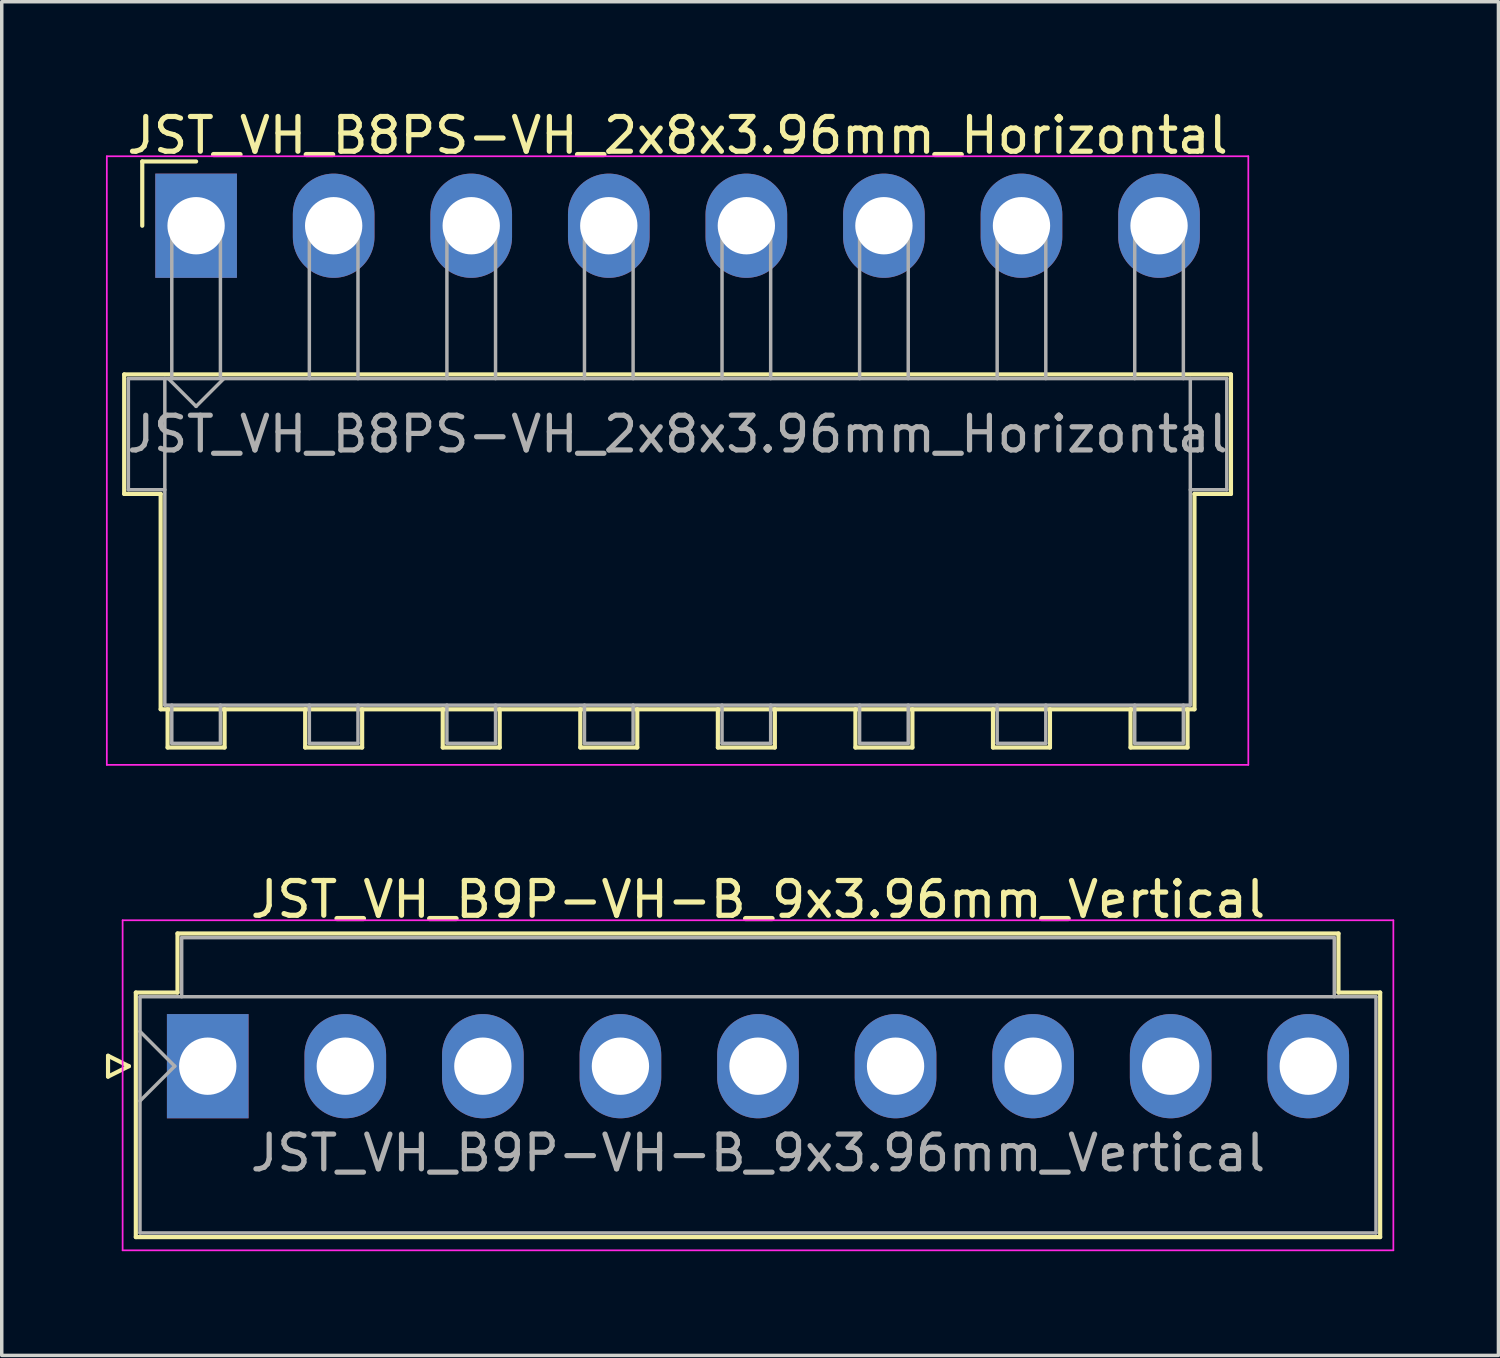
<source format=kicad_pcb>
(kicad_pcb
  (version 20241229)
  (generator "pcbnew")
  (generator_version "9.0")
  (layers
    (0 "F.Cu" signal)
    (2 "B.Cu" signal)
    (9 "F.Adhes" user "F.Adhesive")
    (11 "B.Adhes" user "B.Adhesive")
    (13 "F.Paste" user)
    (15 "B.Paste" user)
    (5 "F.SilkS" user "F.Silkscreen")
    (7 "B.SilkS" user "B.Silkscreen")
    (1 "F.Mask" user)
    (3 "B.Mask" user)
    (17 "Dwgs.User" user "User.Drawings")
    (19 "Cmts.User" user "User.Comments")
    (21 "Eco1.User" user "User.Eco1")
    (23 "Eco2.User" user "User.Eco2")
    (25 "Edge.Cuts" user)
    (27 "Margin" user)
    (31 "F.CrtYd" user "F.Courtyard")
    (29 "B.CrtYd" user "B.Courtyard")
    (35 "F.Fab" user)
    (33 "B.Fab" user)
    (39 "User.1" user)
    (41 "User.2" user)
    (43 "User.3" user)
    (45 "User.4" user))
  (footprint "JST_VH_B9P-VH-B_9x3.96mm_Vertical"
    (layer "F.Cu")
    (at 2.93 27.642)
    (property "Reference" "JST_VH_B9P-VH-B_9x3.96mm_Vertical" (at 15.84 -4.8 0) (layer "F.SilkS") (effects (font (size 1 1) (thickness 0.15))))
    (attr through_hole)
    (fp_line (start -2.87 -0.3) (end -2.27 0) (stroke (width 0.12) (type solid)) (layer "F.SilkS"))
    (fp_line (start -2.87 0.3) (end -2.87 -0.3) (stroke (width 0.12) (type solid)) (layer "F.SilkS"))
    (fp_line (start -2.27 0) (end -2.87 0.3) (stroke (width 0.12) (type solid)) (layer "F.SilkS"))
    (fp_line (start -2.07 -2.12) (end -0.87 -2.12) (stroke (width 0.12) (type solid)) (layer "F.SilkS"))
    (fp_line (start -2.07 4.92) (end -2.07 -2.12) (stroke (width 0.12) (type solid)) (layer "F.SilkS"))
    (fp_line (start -0.87 -3.82) (end 32.55 -3.82) (stroke (width 0.12) (type solid)) (layer "F.SilkS"))
    (fp_line (start -0.87 -2.12) (end -0.87 -3.82) (stroke (width 0.12) (type solid)) (layer "F.SilkS"))
    (fp_line (start 32.55 -3.82) (end 32.55 -2.12) (stroke (width 0.12) (type solid)) (layer "F.SilkS"))
    (fp_line (start 32.55 -2.12) (end 33.75 -2.12) (stroke (width 0.12) (type solid)) (layer "F.SilkS"))
    (fp_line (start 33.75 -2.12) (end 33.75 4.92) (stroke (width 0.12) (type solid)) (layer "F.SilkS"))
    (fp_line (start 33.75 4.92) (end -2.07 4.92) (stroke (width 0.12) (type solid)) (layer "F.SilkS"))
    (fp_line (start -2.45 -4.2) (end -2.45 5.3) (stroke (width 0.05) (type solid)) (layer "F.CrtYd"))
    (fp_line (start -2.45 5.3) (end 34.13 5.3) (stroke (width 0.05) (type solid)) (layer "F.CrtYd"))
    (fp_line (start 34.13 -4.2) (end -2.45 -4.2) (stroke (width 0.05) (type solid)) (layer "F.CrtYd"))
    (fp_line (start 34.13 5.3) (end 34.13 -4.2) (stroke (width 0.05) (type solid)) (layer "F.CrtYd"))
    (fp_line (start -1.95 -2) (end -1.95 4.8) (stroke (width 0.1) (type solid)) (layer "F.Fab"))
    (fp_line (start -1.95 -1) (end -0.95 0) (stroke (width 0.1) (type solid)) (layer "F.Fab"))
    (fp_line (start -1.95 1) (end -0.95 0) (stroke (width 0.1) (type solid)) (layer "F.Fab"))
    (fp_line (start -1.95 4.8) (end 33.63 4.8) (stroke (width 0.1) (type solid)) (layer "F.Fab"))
    (fp_line (start -0.75 -3.7) (end 32.43 -3.7) (stroke (width 0.1) (type solid)) (layer "F.Fab"))
    (fp_line (start -0.75 -2) (end -0.75 -3.7) (stroke (width 0.1) (type solid)) (layer "F.Fab"))
    (fp_line (start 32.43 -3.7) (end 32.43 -2) (stroke (width 0.1) (type solid)) (layer "F.Fab"))
    (fp_line (start 33.63 -2) (end -1.95 -2) (stroke (width 0.1) (type solid)) (layer "F.Fab"))
    (fp_line (start 33.63 4.8) (end 33.63 -2) (stroke (width 0.1) (type solid)) (layer "F.Fab"))
    (fp_text user "${REFERENCE}" (at 15.84 2.5 0) (layer "F.Fab") (effects (font (size 1 1) (thickness 0.15))))
    (pad "1" thru_hole rect (at 0 0) (size 2.35 3) (drill 1.65) (layers "*.Cu" "*.Mask"))
    (pad "2" thru_hole oval (at 3.96 0) (size 2.35 3) (drill 1.65) (layers "*.Cu" "*.Mask"))
    (pad "3" thru_hole oval (at 7.92 0) (size 2.35 3) (drill 1.65) (layers "*.Cu" "*.Mask"))
    (pad "4" thru_hole oval (at 11.88 0) (size 2.35 3) (drill 1.65) (layers "*.Cu" "*.Mask"))
    (pad "5" thru_hole oval (at 15.84 0) (size 2.35 3) (drill 1.65) (layers "*.Cu" "*.Mask"))
    (pad "6" thru_hole oval (at 19.8 0) (size 2.35 3) (drill 1.65) (layers "*.Cu" "*.Mask"))
    (pad "7" thru_hole oval (at 23.76 0) (size 2.35 3) (drill 1.65) (layers "*.Cu" "*.Mask"))
    (pad "8" thru_hole oval (at 27.72 0) (size 2.35 3) (drill 1.65) (layers "*.Cu" "*.Mask"))
    (pad "9" thru_hole oval (at 31.68 0) (size 2.35 3) (drill 1.65) (layers "*.Cu" "*.Mask")))
  (footprint "JST_VH_B8PS-VH_2x8x3.96mm_Horizontal"
    (layer "F.Cu")
    (at 2.595 3.448)
    (property "Reference" "JST_VH_B8PS-VH_2x8x3.96mm_Horizontal" (at 13.86 -2.6 0) (layer "F.SilkS") (effects (font (size 1 1) (thickness 0.15))))
    (attr through_hole)
    (fp_line (start -2.07 4.28) (end 29.79 4.28) (stroke (width 0.12) (type solid)) (layer "F.SilkS"))
    (fp_line (start -2.07 7.72) (end -2.07 4.28) (stroke (width 0.12) (type solid)) (layer "F.SilkS"))
    (fp_line (start -1.55 -1.85) (end -1.55 0) (stroke (width 0.12) (type solid)) (layer "F.SilkS"))
    (fp_line (start -1.02 7.72) (end -2.07 7.72) (stroke (width 0.12) (type solid)) (layer "F.SilkS"))
    (fp_line (start -1.02 13.92) (end -1.02 7.72) (stroke (width 0.12) (type solid)) (layer "F.SilkS"))
    (fp_line (start -0.82 13.92) (end -0.82 15.02) (stroke (width 0.12) (type solid)) (layer "F.SilkS"))
    (fp_line (start -0.82 15.02) (end 0.82 15.02) (stroke (width 0.12) (type solid)) (layer "F.SilkS"))
    (fp_line (start 0 -1.85) (end -1.55 -1.85) (stroke (width 0.12) (type solid)) (layer "F.SilkS"))
    (fp_line (start 0.82 15.02) (end 0.82 13.92) (stroke (width 0.12) (type solid)) (layer "F.SilkS"))
    (fp_line (start 3.14 13.92) (end 3.14 15.02) (stroke (width 0.12) (type solid)) (layer "F.SilkS"))
    (fp_line (start 3.14 15.02) (end 4.78 15.02) (stroke (width 0.12) (type solid)) (layer "F.SilkS"))
    (fp_line (start 4.78 15.02) (end 4.78 13.92) (stroke (width 0.12) (type solid)) (layer "F.SilkS"))
    (fp_line (start 7.1 13.92) (end 7.1 15.02) (stroke (width 0.12) (type solid)) (layer "F.SilkS"))
    (fp_line (start 7.1 15.02) (end 8.74 15.02) (stroke (width 0.12) (type solid)) (layer "F.SilkS"))
    (fp_line (start 8.74 15.02) (end 8.74 13.92) (stroke (width 0.12) (type solid)) (layer "F.SilkS"))
    (fp_line (start 11.06 13.92) (end 11.06 15.02) (stroke (width 0.12) (type solid)) (layer "F.SilkS"))
    (fp_line (start 11.06 15.02) (end 12.7 15.02) (stroke (width 0.12) (type solid)) (layer "F.SilkS"))
    (fp_line (start 12.7 15.02) (end 12.7 13.92) (stroke (width 0.12) (type solid)) (layer "F.SilkS"))
    (fp_line (start 15.02 13.92) (end 15.02 15.02) (stroke (width 0.12) (type solid)) (layer "F.SilkS"))
    (fp_line (start 15.02 15.02) (end 16.66 15.02) (stroke (width 0.12) (type solid)) (layer "F.SilkS"))
    (fp_line (start 16.66 15.02) (end 16.66 13.92) (stroke (width 0.12) (type solid)) (layer "F.SilkS"))
    (fp_line (start 18.98 13.92) (end 18.98 15.02) (stroke (width 0.12) (type solid)) (layer "F.SilkS"))
    (fp_line (start 18.98 15.02) (end 20.62 15.02) (stroke (width 0.12) (type solid)) (layer "F.SilkS"))
    (fp_line (start 20.62 15.02) (end 20.62 13.92) (stroke (width 0.12) (type solid)) (layer "F.SilkS"))
    (fp_line (start 22.94 13.92) (end 22.94 15.02) (stroke (width 0.12) (type solid)) (layer "F.SilkS"))
    (fp_line (start 22.94 15.02) (end 24.58 15.02) (stroke (width 0.12) (type solid)) (layer "F.SilkS"))
    (fp_line (start 24.58 15.02) (end 24.58 13.92) (stroke (width 0.12) (type solid)) (layer "F.SilkS"))
    (fp_line (start 26.9 13.92) (end 26.9 15.02) (stroke (width 0.12) (type solid)) (layer "F.SilkS"))
    (fp_line (start 26.9 15.02) (end 28.54 15.02) (stroke (width 0.12) (type solid)) (layer "F.SilkS"))
    (fp_line (start 28.54 15.02) (end 28.54 13.92) (stroke (width 0.12) (type solid)) (layer "F.SilkS"))
    (fp_line (start 28.74 7.72) (end 28.74 13.92) (stroke (width 0.12) (type solid)) (layer "F.SilkS"))
    (fp_line (start 28.74 13.92) (end -1.02 13.92) (stroke (width 0.12) (type solid)) (layer "F.SilkS"))
    (fp_line (start 29.79 4.28) (end 29.79 7.72) (stroke (width 0.12) (type solid)) (layer "F.SilkS"))
    (fp_line (start 29.79 7.72) (end 28.74 7.72) (stroke (width 0.12) (type solid)) (layer "F.SilkS"))
    (fp_line (start -2.57 -2) (end -2.57 15.52) (stroke (width 0.05) (type solid)) (layer "F.CrtYd"))
    (fp_line (start -2.57 15.52) (end 30.29 15.52) (stroke (width 0.05) (type solid)) (layer "F.CrtYd"))
    (fp_line (start 30.29 -2) (end -2.57 -2) (stroke (width 0.05) (type solid)) (layer "F.CrtYd"))
    (fp_line (start 30.29 15.52) (end 30.29 -2) (stroke (width 0.05) (type solid)) (layer "F.CrtYd"))
    (fp_line (start -1.95 4.4) (end -0.9 4.4) (stroke (width 0.1) (type solid)) (layer "F.Fab"))
    (fp_line (start -1.95 7.6) (end -1.95 4.4) (stroke (width 0.1) (type solid)) (layer "F.Fab"))
    (fp_line (start -0.9 4.4) (end -0.9 13.8) (stroke (width 0.1) (type solid)) (layer "F.Fab"))
    (fp_line (start -0.9 7.6) (end -1.95 7.6) (stroke (width 0.1) (type solid)) (layer "F.Fab"))
    (fp_line (start -0.9 13.8) (end 28.62 13.8) (stroke (width 0.1) (type solid)) (layer "F.Fab"))
    (fp_line (start -0.8 4.4) (end 0 5.2) (stroke (width 0.1) (type solid)) (layer "F.Fab"))
    (fp_line (start -0.7 0) (end 0.7 0) (stroke (width 0.1) (type solid)) (layer "F.Fab"))
    (fp_line (start -0.7 4.4) (end -0.7 0) (stroke (width 0.1) (type solid)) (layer "F.Fab"))
    (fp_line (start -0.7 13.8) (end -0.7 14.9) (stroke (width 0.1) (type solid)) (layer "F.Fab"))
    (fp_line (start -0.7 14.9) (end 0.7 14.9) (stroke (width 0.1) (type solid)) (layer "F.Fab"))
    (fp_line (start 0 5.2) (end 0.8 4.4) (stroke (width 0.1) (type solid)) (layer "F.Fab"))
    (fp_line (start 0.7 0) (end 0.7 4.4) (stroke (width 0.1) (type solid)) (layer "F.Fab"))
    (fp_line (start 0.7 14.9) (end 0.7 13.8) (stroke (width 0.1) (type solid)) (layer "F.Fab"))
    (fp_line (start 3.26 0) (end 4.66 0) (stroke (width 0.1) (type solid)) (layer "F.Fab"))
    (fp_line (start 3.26 4.4) (end 3.26 0) (stroke (width 0.1) (type solid)) (layer "F.Fab"))
    (fp_line (start 3.26 13.8) (end 3.26 14.9) (stroke (width 0.1) (type solid)) (layer "F.Fab"))
    (fp_line (start 3.26 14.9) (end 4.66 14.9) (stroke (width 0.1) (type solid)) (layer "F.Fab"))
    (fp_line (start 4.66 0) (end 4.66 4.4) (stroke (width 0.1) (type solid)) (layer "F.Fab"))
    (fp_line (start 4.66 14.9) (end 4.66 13.8) (stroke (width 0.1) (type solid)) (layer "F.Fab"))
    (fp_line (start 7.22 0) (end 8.62 0) (stroke (width 0.1) (type solid)) (layer "F.Fab"))
    (fp_line (start 7.22 4.4) (end 7.22 0) (stroke (width 0.1) (type solid)) (layer "F.Fab"))
    (fp_line (start 7.22 13.8) (end 7.22 14.9) (stroke (width 0.1) (type solid)) (layer "F.Fab"))
    (fp_line (start 7.22 14.9) (end 8.62 14.9) (stroke (width 0.1) (type solid)) (layer "F.Fab"))
    (fp_line (start 8.62 0) (end 8.62 4.4) (stroke (width 0.1) (type solid)) (layer "F.Fab"))
    (fp_line (start 8.62 14.9) (end 8.62 13.8) (stroke (width 0.1) (type solid)) (layer "F.Fab"))
    (fp_line (start 11.18 0) (end 12.58 0) (stroke (width 0.1) (type solid)) (layer "F.Fab"))
    (fp_line (start 11.18 4.4) (end 11.18 0) (stroke (width 0.1) (type solid)) (layer "F.Fab"))
    (fp_line (start 11.18 13.8) (end 11.18 14.9) (stroke (width 0.1) (type solid)) (layer "F.Fab"))
    (fp_line (start 11.18 14.9) (end 12.58 14.9) (stroke (width 0.1) (type solid)) (layer "F.Fab"))
    (fp_line (start 12.58 0) (end 12.58 4.4) (stroke (width 0.1) (type solid)) (layer "F.Fab"))
    (fp_line (start 12.58 14.9) (end 12.58 13.8) (stroke (width 0.1) (type solid)) (layer "F.Fab"))
    (fp_line (start 15.14 0) (end 16.54 0) (stroke (width 0.1) (type solid)) (layer "F.Fab"))
    (fp_line (start 15.14 4.4) (end 15.14 0) (stroke (width 0.1) (type solid)) (layer "F.Fab"))
    (fp_line (start 15.14 13.8) (end 15.14 14.9) (stroke (width 0.1) (type solid)) (layer "F.Fab"))
    (fp_line (start 15.14 14.9) (end 16.54 14.9) (stroke (width 0.1) (type solid)) (layer "F.Fab"))
    (fp_line (start 16.54 0) (end 16.54 4.4) (stroke (width 0.1) (type solid)) (layer "F.Fab"))
    (fp_line (start 16.54 14.9) (end 16.54 13.8) (stroke (width 0.1) (type solid)) (layer "F.Fab"))
    (fp_line (start 19.1 0) (end 20.5 0) (stroke (width 0.1) (type solid)) (layer "F.Fab"))
    (fp_line (start 19.1 4.4) (end 19.1 0) (stroke (width 0.1) (type solid)) (layer "F.Fab"))
    (fp_line (start 19.1 13.8) (end 19.1 14.9) (stroke (width 0.1) (type solid)) (layer "F.Fab"))
    (fp_line (start 19.1 14.9) (end 20.5 14.9) (stroke (width 0.1) (type solid)) (layer "F.Fab"))
    (fp_line (start 20.5 0) (end 20.5 4.4) (stroke (width 0.1) (type solid)) (layer "F.Fab"))
    (fp_line (start 20.5 14.9) (end 20.5 13.8) (stroke (width 0.1) (type solid)) (layer "F.Fab"))
    (fp_line (start 23.06 0) (end 24.46 0) (stroke (width 0.1) (type solid)) (layer "F.Fab"))
    (fp_line (start 23.06 4.4) (end 23.06 0) (stroke (width 0.1) (type solid)) (layer "F.Fab"))
    (fp_line (start 23.06 13.8) (end 23.06 14.9) (stroke (width 0.1) (type solid)) (layer "F.Fab"))
    (fp_line (start 23.06 14.9) (end 24.46 14.9) (stroke (width 0.1) (type solid)) (layer "F.Fab"))
    (fp_line (start 24.46 0) (end 24.46 4.4) (stroke (width 0.1) (type solid)) (layer "F.Fab"))
    (fp_line (start 24.46 14.9) (end 24.46 13.8) (stroke (width 0.1) (type solid)) (layer "F.Fab"))
    (fp_line (start 27.02 0) (end 28.42 0) (stroke (width 0.1) (type solid)) (layer "F.Fab"))
    (fp_line (start 27.02 4.4) (end 27.02 0) (stroke (width 0.1) (type solid)) (layer "F.Fab"))
    (fp_line (start 27.02 13.8) (end 27.02 14.9) (stroke (width 0.1) (type solid)) (layer "F.Fab"))
    (fp_line (start 27.02 14.9) (end 28.42 14.9) (stroke (width 0.1) (type solid)) (layer "F.Fab"))
    (fp_line (start 28.42 0) (end 28.42 4.4) (stroke (width 0.1) (type solid)) (layer "F.Fab"))
    (fp_line (start 28.42 14.9) (end 28.42 13.8) (stroke (width 0.1) (type solid)) (layer "F.Fab"))
    (fp_line (start 28.62 4.4) (end -0.9 4.4) (stroke (width 0.1) (type solid)) (layer "F.Fab"))
    (fp_line (start 28.62 4.4) (end 29.67 4.4) (stroke (width 0.1) (type solid)) (layer "F.Fab"))
    (fp_line (start 28.62 13.8) (end 28.62 4.4) (stroke (width 0.1) (type solid)) (layer "F.Fab"))
    (fp_line (start 29.67 4.4) (end 29.67 7.6) (stroke (width 0.1) (type solid)) (layer "F.Fab"))
    (fp_line (start 29.67 7.6) (end 28.62 7.6) (stroke (width 0.1) (type solid)) (layer "F.Fab"))
    (fp_text user "${REFERENCE}" (at 13.86 6 0) (layer "F.Fab") (effects (font (size 1 1) (thickness 0.15))))
    (pad "1" thru_hole rect (at 0 0) (size 2.35 3) (drill 1.65) (layers "*.Cu" "*.Mask"))
    (pad "2" thru_hole oval (at 3.96 0) (size 2.35 3) (drill 1.65) (layers "*.Cu" "*.Mask"))
    (pad "3" thru_hole oval (at 7.92 0) (size 2.35 3) (drill 1.65) (layers "*.Cu" "*.Mask"))
    (pad "4" thru_hole oval (at 11.88 0) (size 2.35 3) (drill 1.65) (layers "*.Cu" "*.Mask"))
    (pad "5" thru_hole oval (at 15.84 0) (size 2.35 3) (drill 1.65) (layers "*.Cu" "*.Mask"))
    (pad "6" thru_hole oval (at 19.8 0) (size 2.35 3) (drill 1.65) (layers "*.Cu" "*.Mask"))
    (pad "7" thru_hole oval (at 23.76 0) (size 2.35 3) (drill 1.65) (layers "*.Cu" "*.Mask"))
    (pad "8" thru_hole oval (at 27.72 0) (size 2.35 3) (drill 1.65) (layers "*.Cu" "*.Mask")))
  (gr_rect
    (start -3 -3)
    (end 40.085 35.967)
    (stroke (width 0.1) (type default))
    (fill no)
    (layer "Edge.Cuts")))
</source>
